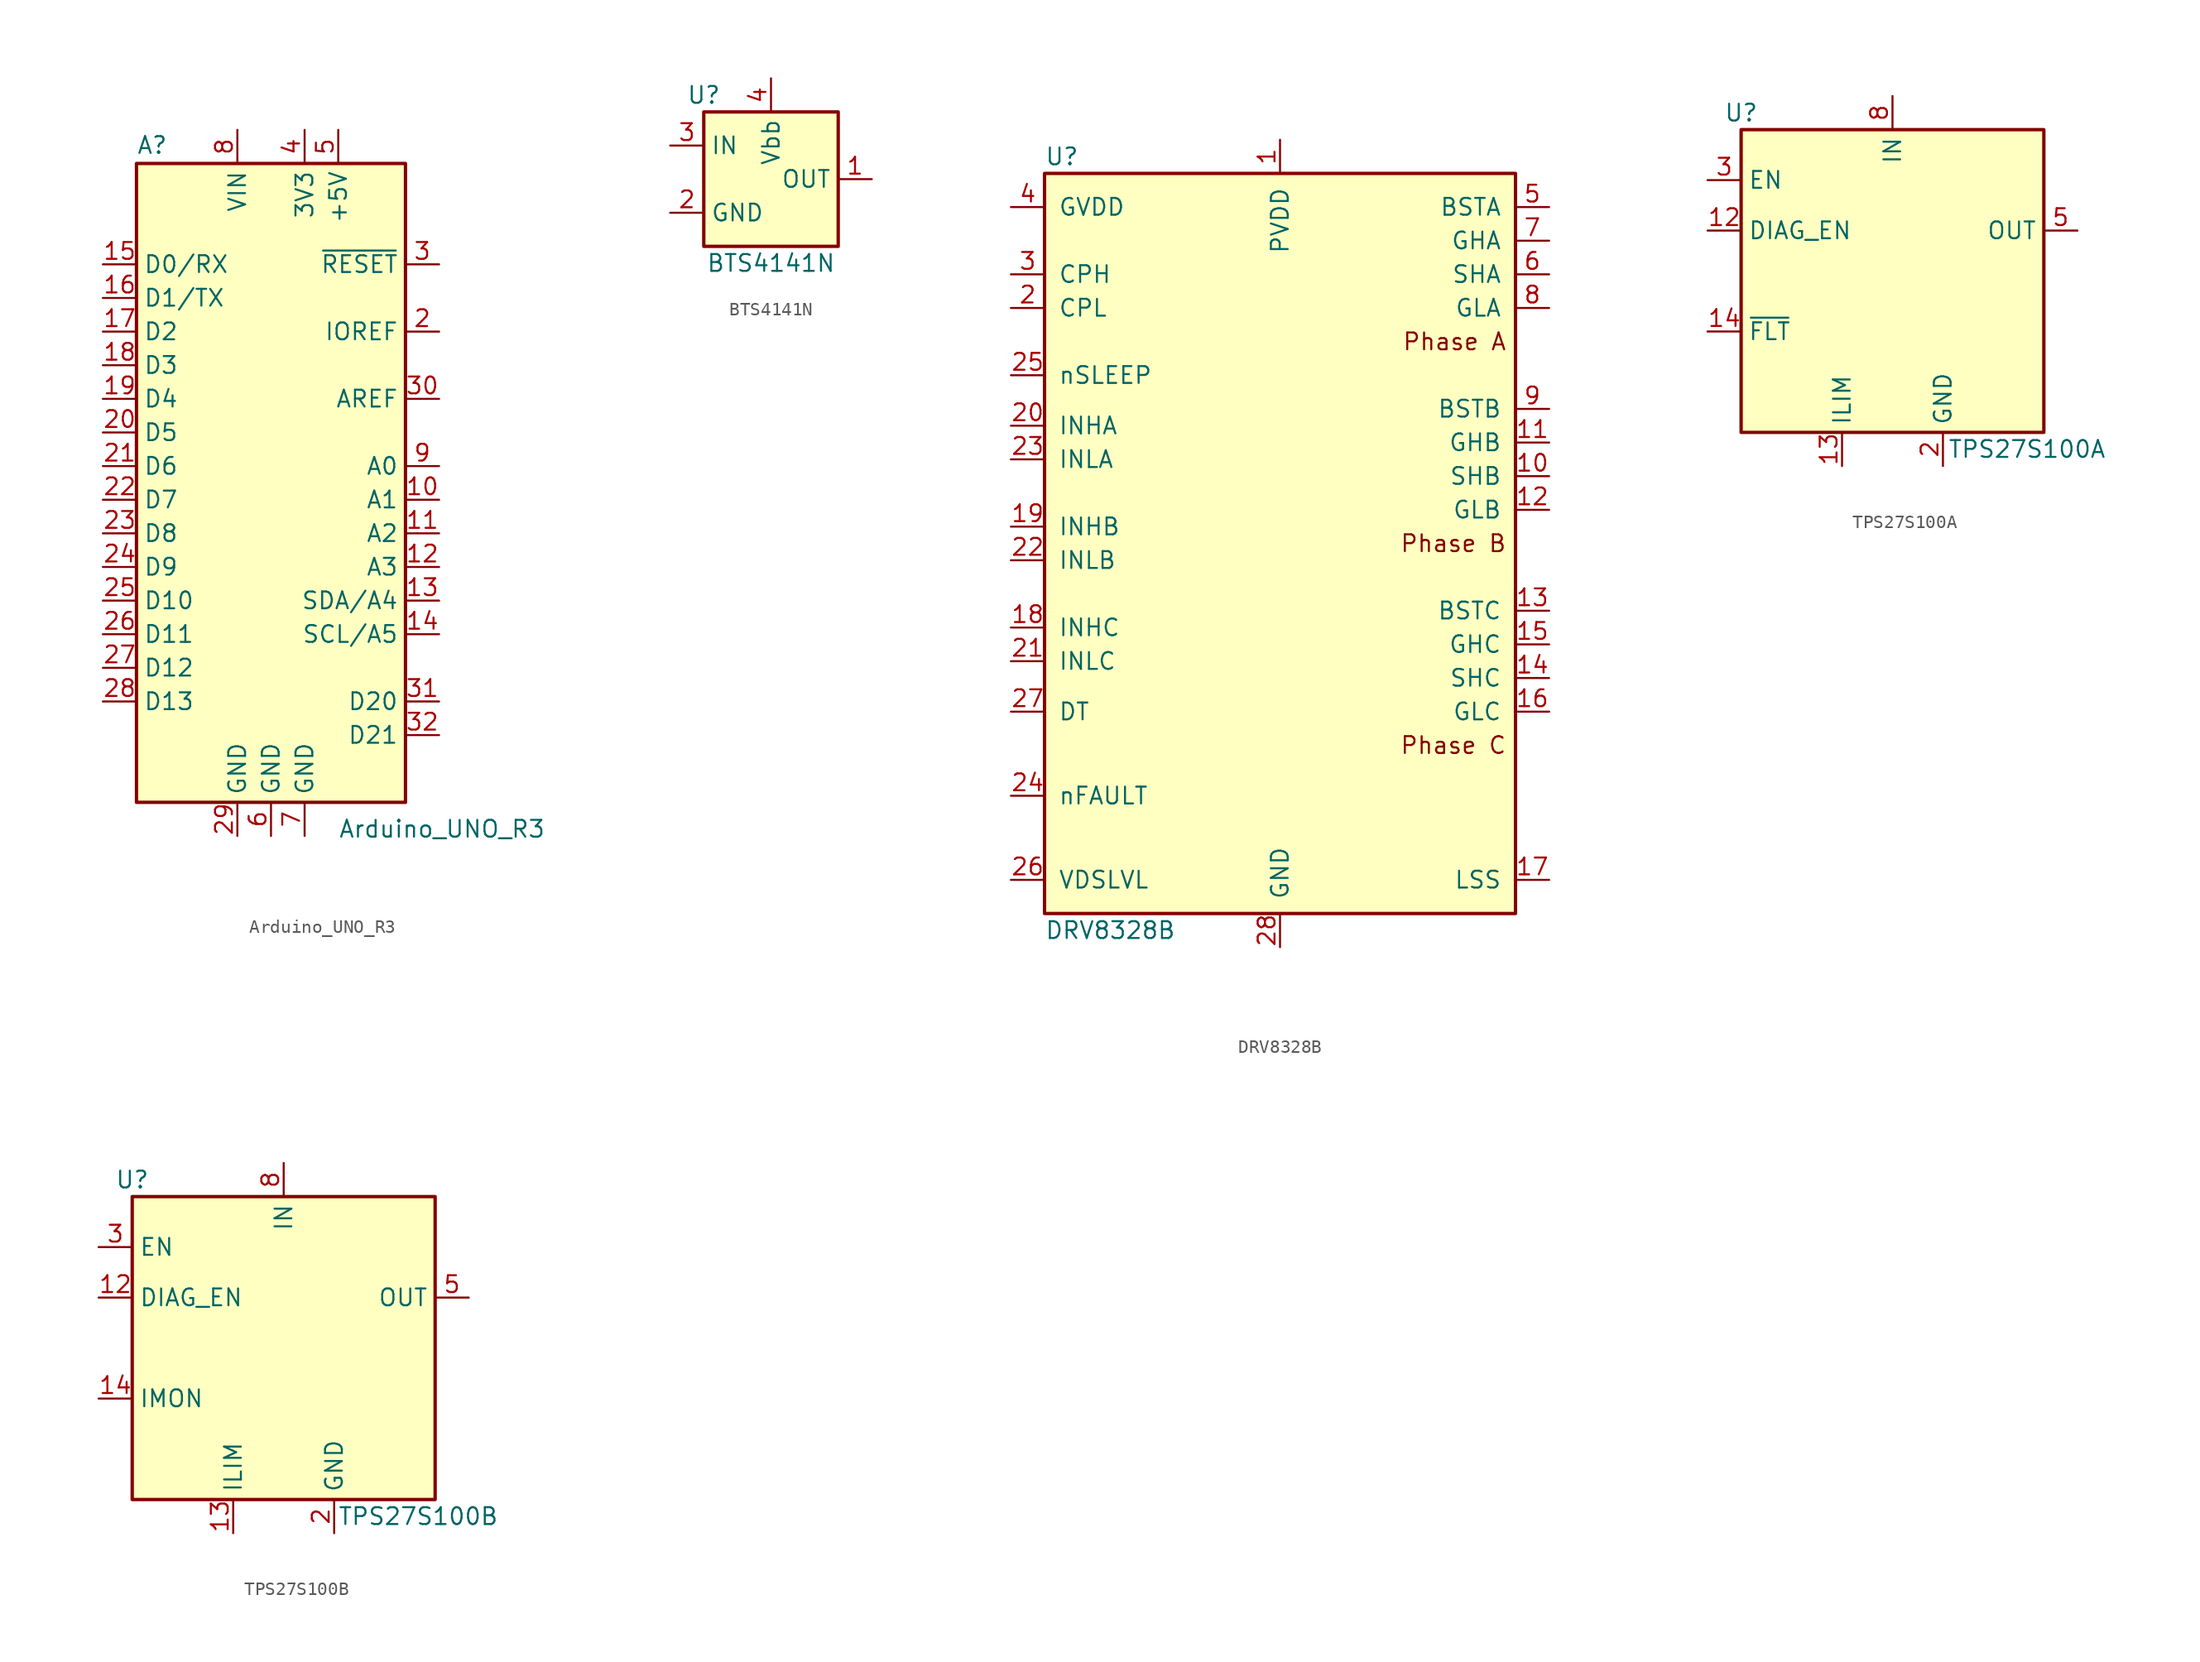
<source format=kicad_sym>
(kicad_symbol_lib
  (version 20220914)
  (generator kicad_symbol_editor)
  (symbol "Arduino_UNO_R3"
    (property "Reference" "A"
      (at -10.16 23.495 0)
      (effects (font (size 1.27 1.27)) (justify left bottom)))
    (property "Value" "Arduino_UNO_R3"
      (at 5.08 -26.67 0)
      (effects (font (size 1.27 1.27)) (justify left top)))
    (symbol "Arduino_UNO_R3_0_1"
      (rectangle (start -10.16 22.86) (end 10.16 -25.4) (stroke (width 0.254) (type default)) (fill (type background))))
    (symbol "Arduino_UNO_R3_1_1"
      (pin no_connect line (at -10.16 -20.32 0) (length 2.54) hide (name "NC" (effects (font (size 1.27 1.27)))) (number "1" (effects (font (size 1.27 1.27)))))
      (pin bidirectional line (at 12.7 -2.54 180) (length 2.54) (name "A1" (effects (font (size 1.27 1.27)))) (number "10" (effects (font (size 1.27 1.27)))))
      (pin bidirectional line (at 12.7 -5.08 180) (length 2.54) (name "A2" (effects (font (size 1.27 1.27)))) (number "11" (effects (font (size 1.27 1.27)))))
      (pin bidirectional line (at 12.7 -7.62 180) (length 2.54) (name "A3" (effects (font (size 1.27 1.27)))) (number "12" (effects (font (size 1.27 1.27)))))
      (pin bidirectional line (at 12.7 -10.16 180) (length 2.54) (name "SDA/A4" (effects (font (size 1.27 1.27)))) (number "13" (effects (font (size 1.27 1.27)))))
      (pin bidirectional line (at 12.7 -12.7 180) (length 2.54) (name "SCL/A5" (effects (font (size 1.27 1.27)))) (number "14" (effects (font (size 1.27 1.27)))))
      (pin bidirectional line (at -12.7 15.24 0) (length 2.54) (name "D0/RX" (effects (font (size 1.27 1.27)))) (number "15" (effects (font (size 1.27 1.27)))))
      (pin bidirectional line (at -12.7 12.7 0) (length 2.54) (name "D1/TX" (effects (font (size 1.27 1.27)))) (number "16" (effects (font (size 1.27 1.27)))))
      (pin bidirectional line (at -12.7 10.16 0) (length 2.54) (name "D2" (effects (font (size 1.27 1.27)))) (number "17" (effects (font (size 1.27 1.27)))))
      (pin bidirectional line (at -12.7 7.62 0) (length 2.54) (name "D3" (effects (font (size 1.27 1.27)))) (number "18" (effects (font (size 1.27 1.27)))))
      (pin bidirectional line (at -12.7 5.08 0) (length 2.54) (name "D4" (effects (font (size 1.27 1.27)))) (number "19" (effects (font (size 1.27 1.27)))))
      (pin output line (at 12.7 10.16 180) (length 2.54) (name "IOREF" (effects (font (size 1.27 1.27)))) (number "2" (effects (font (size 1.27 1.27)))))
      (pin bidirectional line (at -12.7 2.54 0) (length 2.54) (name "D5" (effects (font (size 1.27 1.27)))) (number "20" (effects (font (size 1.27 1.27)))))
      (pin bidirectional line (at -12.7 0 0) (length 2.54) (name "D6" (effects (font (size 1.27 1.27)))) (number "21" (effects (font (size 1.27 1.27)))))
      (pin bidirectional line (at -12.7 -2.54 0) (length 2.54) (name "D7" (effects (font (size 1.27 1.27)))) (number "22" (effects (font (size 1.27 1.27)))))
      (pin bidirectional line (at -12.7 -5.08 0) (length 2.54) (name "D8" (effects (font (size 1.27 1.27)))) (number "23" (effects (font (size 1.27 1.27)))))
      (pin bidirectional line (at -12.7 -7.62 0) (length 2.54) (name "D9" (effects (font (size 1.27 1.27)))) (number "24" (effects (font (size 1.27 1.27)))))
      (pin bidirectional line (at -12.7 -10.16 0) (length 2.54) (name "D10" (effects (font (size 1.27 1.27)))) (number "25" (effects (font (size 1.27 1.27)))))
      (pin bidirectional line (at -12.7 -12.7 0) (length 2.54) (name "D11" (effects (font (size 1.27 1.27)))) (number "26" (effects (font (size 1.27 1.27)))))
      (pin bidirectional line (at -12.7 -15.24 0) (length 2.54) (name "D12" (effects (font (size 1.27 1.27)))) (number "27" (effects (font (size 1.27 1.27)))))
      (pin bidirectional line (at -12.7 -17.78 0) (length 2.54) (name "D13" (effects (font (size 1.27 1.27)))) (number "28" (effects (font (size 1.27 1.27)))))
      (pin power_in line (at -2.54 -27.94 90) (length 2.54) (name "GND" (effects (font (size 1.27 1.27)))) (number "29" (effects (font (size 1.27 1.27)))))
      (pin input line (at 12.7 15.24 180) (length 2.54) (name "~{RESET}" (effects (font (size 1.27 1.27)))) (number "3" (effects (font (size 1.27 1.27)))))
      (pin input line (at 12.7 5.08 180) (length 2.54) (name "AREF" (effects (font (size 1.27 1.27)))) (number "30" (effects (font (size 1.27 1.27)))))
      (pin bidirectional line (at 12.7 -17.78 180) (length 2.54) (name "D20" (effects (font (size 1.27 1.27)))) (number "31" (effects (font (size 1.27 1.27)))))
      (pin bidirectional line (at 12.7 -20.32 180) (length 2.54) (name "D21" (effects (font (size 1.27 1.27)))) (number "32" (effects (font (size 1.27 1.27)))))
      (pin power_out line (at 2.54 25.4 270) (length 2.54) (name "3V3" (effects (font (size 1.27 1.27)))) (number "4" (effects (font (size 1.27 1.27)))))
      (pin power_out line (at 5.08 25.4 270) (length 2.54) (name "+5V" (effects (font (size 1.27 1.27)))) (number "5" (effects (font (size 1.27 1.27)))))
      (pin power_in line (at 0 -27.94 90) (length 2.54) (name "GND" (effects (font (size 1.27 1.27)))) (number "6" (effects (font (size 1.27 1.27)))))
      (pin power_in line (at 2.54 -27.94 90) (length 2.54) (name "GND" (effects (font (size 1.27 1.27)))) (number "7" (effects (font (size 1.27 1.27)))))
      (pin power_in line (at -2.54 25.4 270) (length 2.54) (name "VIN" (effects (font (size 1.27 1.27)))) (number "8" (effects (font (size 1.27 1.27)))))
      (pin bidirectional line (at 12.7 0 180) (length 2.54) (name "A0" (effects (font (size 1.27 1.27)))) (number "9" (effects (font (size 1.27 1.27)))))))
  (symbol "BTS4141N"
    (property "Reference" "U"
      (at -5.08 6.35 0)
      (effects (font (size 1.27 1.27))))
    (property "Value" "BTS4141N"
      (at 0 -6.35 0)
      (effects (font (size 1.27 1.27))))
    (symbol "BTS4141N_0_1"
      (rectangle (start -5.08 5.08) (end 5.08 -5.08) (stroke (width 0.254) (type default)) (fill (type background))))
    (symbol "BTS4141N_1_1"
      (pin power_out line (at 7.62 0 180) (length 2.54) (name "OUT" (effects (font (size 1.27 1.27)))) (number "1" (effects (font (size 1.27 1.27)))))
      (pin power_in line (at -7.62 -2.54 0) (length 2.54) (name "GND" (effects (font (size 1.27 1.27)))) (number "2" (effects (font (size 1.27 1.27)))))
      (pin input line (at -7.62 2.54 0) (length 2.54) (name "IN" (effects (font (size 1.27 1.27)))) (number "3" (effects (font (size 1.27 1.27)))))
      (pin power_in line (at 0 7.62 270) (length 2.54) (name "Vbb" (effects (font (size 1.27 1.27)))) (number "4" (effects (font (size 1.27 1.27)))))))
  (symbol "DRV8328B"
    (pin_names
      (offset 1.016))
    (property "Reference" "U"
      (at -17.78 29.21 0)
      (effects (font (size 1.27 1.27)) (justify left)))
    (property "Value" "DRV8328B"
      (at -17.78 -29.21 0)
      (effects (font (size 1.27 1.27)) (justify left)))
    (symbol "DRV8328B_0_1"
      (rectangle (start -17.78 27.94) (end 17.78 -27.94) (stroke (width 0.254) (type default)) (fill (type background))))
    (symbol "DRV8328B_1_0"
      (text "Phase A" (at 17.145 15.24 0) (effects (font (size 1.27 1.27)) (justify right)))
      (text "Phase B" (at 17.145 0 0) (effects (font (size 1.27 1.27)) (justify right)))
      (text "Phase C" (at 17.145 -15.24 0) (effects (font (size 1.27 1.27)) (justify right))))
    (symbol "DRV8328B_1_1"
      (pin power_in line (at 0 30.48 270) (length 2.54) (name "PVDD" (effects (font (size 1.27 1.27)))) (number "1" (effects (font (size 1.27 1.27)))))
      (pin bidirectional line (at 20.32 5.08 180) (length 2.54) (name "SHB" (effects (font (size 1.27 1.27)))) (number "10" (effects (font (size 1.27 1.27)))))
      (pin output line (at 20.32 7.62 180) (length 2.54) (name "GHB" (effects (font (size 1.27 1.27)))) (number "11" (effects (font (size 1.27 1.27)))))
      (pin output line (at 20.32 2.54 180) (length 2.54) (name "GLB" (effects (font (size 1.27 1.27)))) (number "12" (effects (font (size 1.27 1.27)))))
      (pin output line (at 20.32 -5.08 180) (length 2.54) (name "BSTC" (effects (font (size 1.27 1.27)))) (number "13" (effects (font (size 1.27 1.27)))))
      (pin bidirectional line (at 20.32 -10.16 180) (length 2.54) (name "SHC" (effects (font (size 1.27 1.27)))) (number "14" (effects (font (size 1.27 1.27)))))
      (pin output line (at 20.32 -7.62 180) (length 2.54) (name "GHC" (effects (font (size 1.27 1.27)))) (number "15" (effects (font (size 1.27 1.27)))))
      (pin output line (at 20.32 -12.7 180) (length 2.54) (name "GLC" (effects (font (size 1.27 1.27)))) (number "16" (effects (font (size 1.27 1.27)))))
      (pin input line (at 20.32 -25.4 180) (length 2.54) (name "LSS" (effects (font (size 1.27 1.27)))) (number "17" (effects (font (size 1.27 1.27)))))
      (pin input line (at -20.32 -6.35 0) (length 2.54) (name "INHC" (effects (font (size 1.27 1.27)))) (number "18" (effects (font (size 1.27 1.27)))))
      (pin input line (at -20.32 1.27 0) (length 2.54) (name "INHB" (effects (font (size 1.27 1.27)))) (number "19" (effects (font (size 1.27 1.27)))))
      (pin passive line (at -20.32 17.78 0) (length 2.54) (name "CPL" (effects (font (size 1.27 1.27)))) (number "2" (effects (font (size 1.27 1.27)))))
      (pin input line (at -20.32 8.89 0) (length 2.54) (name "INHA" (effects (font (size 1.27 1.27)))) (number "20" (effects (font (size 1.27 1.27)))))
      (pin input line (at -20.32 -8.89 0) (length 2.54) (name "INLC" (effects (font (size 1.27 1.27)))) (number "21" (effects (font (size 1.27 1.27)))))
      (pin input line (at -20.32 -1.27 0) (length 2.54) (name "INLB" (effects (font (size 1.27 1.27)))) (number "22" (effects (font (size 1.27 1.27)))))
      (pin input line (at -20.32 6.35 0) (length 2.54) (name "INLA" (effects (font (size 1.27 1.27)))) (number "23" (effects (font (size 1.27 1.27)))))
      (pin open_collector line (at -20.32 -19.05 0) (length 2.54) (name "nFAULT" (effects (font (size 1.27 1.27)))) (number "24" (effects (font (size 1.27 1.27)))))
      (pin input line (at -20.32 12.7 0) (length 2.54) (name "nSLEEP" (effects (font (size 1.27 1.27)))) (number "25" (effects (font (size 1.27 1.27)))))
      (pin input line (at -20.32 -25.4 0) (length 2.54) (name "VDSLVL" (effects (font (size 1.27 1.27)))) (number "26" (effects (font (size 1.27 1.27)))))
      (pin input line (at -20.32 -12.7 0) (length 2.54) (name "DT" (effects (font (size 1.27 1.27)))) (number "27" (effects (font (size 1.27 1.27)))))
      (pin power_in line (at 0 -30.48 90) (length 2.54) (name "GND" (effects (font (size 1.27 1.27)))) (number "28" (effects (font (size 1.27 1.27)))))
      (pin passive line (at 0 -30.48 90) (length 2.54) hide (name "GND" (effects (font (size 1.27 1.27)))) (number "29" (effects (font (size 1.27 1.27)))))
      (pin passive line (at -20.32 20.32 0) (length 2.54) (name "CPH" (effects (font (size 1.27 1.27)))) (number "3" (effects (font (size 1.27 1.27)))))
      (pin power_out line (at -20.32 25.4 0) (length 2.54) (name "GVDD" (effects (font (size 1.27 1.27)))) (number "4" (effects (font (size 1.27 1.27)))))
      (pin output line (at 20.32 25.4 180) (length 2.54) (name "BSTA" (effects (font (size 1.27 1.27)))) (number "5" (effects (font (size 1.27 1.27)))))
      (pin bidirectional line (at 20.32 20.32 180) (length 2.54) (name "SHA" (effects (font (size 1.27 1.27)))) (number "6" (effects (font (size 1.27 1.27)))))
      (pin output line (at 20.32 22.86 180) (length 2.54) (name "GHA" (effects (font (size 1.27 1.27)))) (number "7" (effects (font (size 1.27 1.27)))))
      (pin output line (at 20.32 17.78 180) (length 2.54) (name "GLA" (effects (font (size 1.27 1.27)))) (number "8" (effects (font (size 1.27 1.27)))))
      (pin output line (at 20.32 10.16 180) (length 2.54) (name "BSTB" (effects (font (size 1.27 1.27)))) (number "9" (effects (font (size 1.27 1.27)))))))
  (symbol "TPS27S100A"
    (property "Reference" "U"
      (at -11.43 12.7 0)
      (effects (font (size 1.27 1.27))))
    (property "Value" "TPS27S100A"
      (at 10.16 -12.7 0)
      (effects (font (size 1.27 1.27))))
    (symbol "TPS27S100A_0_1"
      (rectangle (start -11.43 11.43) (end 11.43 -11.43) (stroke (width 0.254) (type default)) (fill (type background))))
    (symbol "TPS27S100A_1_1"
      (pin no_connect line (at 11.43 -7.62 0) (length 2.54) hide (name "NC" (effects (font (size 1.27 1.27)))) (number "1" (effects (font (size 1.27 1.27)))))
      (pin passive line (at 0 13.97 270) (length 2.54) hide (name "IN" (effects (font (size 1.27 1.27)))) (number "10" (effects (font (size 1.27 1.27)))))
      (pin input line (at -13.97 3.81 0) (length 2.54) (name "DIAG_EN" (effects (font (size 1.27 1.27)))) (number "12" (effects (font (size 1.27 1.27)))))
      (pin input line (at -3.81 -13.97 90) (length 2.54) (name "ILIM" (effects (font (size 1.27 1.27)))) (number "13" (effects (font (size 1.27 1.27)))))
      (pin open_collector line (at -13.97 -3.81 0) (length 2.54) (name "~{FLT}" (effects (font (size 1.27 1.27)))) (number "14" (effects (font (size 1.27 1.27)))))
      (pin power_in line (at 3.81 -13.97 90) (length 2.54) hide (name "GND" (effects (font (size 1.27 1.27)))) (number "15" (effects (font (size 1.27 1.27)))))
      (pin power_in line (at 3.81 -13.97 90) (length 2.54) (name "GND" (effects (font (size 1.27 1.27)))) (number "2" (effects (font (size 1.27 1.27)))))
      (pin input line (at -13.97 7.62 0) (length 2.54) (name "EN" (effects (font (size 1.27 1.27)))) (number "3" (effects (font (size 1.27 1.27)))))
      (pin no_connect line (at 11.43 -3.81 0) (length 2.54) hide (name "NC" (effects (font (size 1.27 1.27)))) (number "4" (effects (font (size 1.27 1.27)))))
      (pin power_out line (at 13.97 3.81 180) (length 2.54) (name "OUT" (effects (font (size 1.27 1.27)))) (number "5" (effects (font (size 1.27 1.27)))))
      (pin passive line (at 13.97 3.81 180) (length 2.54) hide (name "OUT" (effects (font (size 1.27 1.27)))) (number "6" (effects (font (size 1.27 1.27)))))
      (pin passive line (at 13.97 3.81 180) (length 2.54) hide (name "OUT" (effects (font (size 1.27 1.27)))) (number "7" (effects (font (size 1.27 1.27)))))
      (pin power_in line (at 0 13.97 270) (length 2.54) (name "IN" (effects (font (size 1.27 1.27)))) (number "8" (effects (font (size 1.27 1.27)))))
      (pin passive line (at 0 13.97 270) (length 2.54) hide (name "IN" (effects (font (size 1.27 1.27)))) (number "9" (effects (font (size 1.27 1.27)))))))
  (symbol "TPS27S100B"
    (property "Reference" "U"
      (at -11.43 12.7 0)
      (effects (font (size 1.27 1.27))))
    (property "Value" "TPS27S100B"
      (at 10.16 -12.7 0)
      (effects (font (size 1.27 1.27))))
    (symbol "TPS27S100B_0_1"
      (rectangle (start -11.43 11.43) (end 11.43 -11.43) (stroke (width 0.254) (type default)) (fill (type background))))
    (symbol "TPS27S100B_1_1"
      (pin no_connect line (at 11.43 -7.62 0) (length 2.54) hide (name "NC" (effects (font (size 1.27 1.27)))) (number "1" (effects (font (size 1.27 1.27)))))
      (pin passive line (at 0 13.97 270) (length 2.54) hide (name "IN" (effects (font (size 1.27 1.27)))) (number "10" (effects (font (size 1.27 1.27)))))
      (pin input line (at -13.97 3.81 0) (length 2.54) (name "DIAG_EN" (effects (font (size 1.27 1.27)))) (number "12" (effects (font (size 1.27 1.27)))))
      (pin input line (at -3.81 -13.97 90) (length 2.54) (name "ILIM" (effects (font (size 1.27 1.27)))) (number "13" (effects (font (size 1.27 1.27)))))
      (pin output line (at -13.97 -3.81 0) (length 2.54) (name "IMON" (effects (font (size 1.27 1.27)))) (number "14" (effects (font (size 1.27 1.27)))))
      (pin power_in line (at 3.81 -13.97 90) (length 2.54) hide (name "GND" (effects (font (size 1.27 1.27)))) (number "15" (effects (font (size 1.27 1.27)))))
      (pin power_in line (at 3.81 -13.97 90) (length 2.54) (name "GND" (effects (font (size 1.27 1.27)))) (number "2" (effects (font (size 1.27 1.27)))))
      (pin input line (at -13.97 7.62 0) (length 2.54) (name "EN" (effects (font (size 1.27 1.27)))) (number "3" (effects (font (size 1.27 1.27)))))
      (pin no_connect line (at 11.43 -3.81 0) (length 2.54) hide (name "NC" (effects (font (size 1.27 1.27)))) (number "4" (effects (font (size 1.27 1.27)))))
      (pin power_out line (at 13.97 3.81 180) (length 2.54) (name "OUT" (effects (font (size 1.27 1.27)))) (number "5" (effects (font (size 1.27 1.27)))))
      (pin passive line (at 13.97 3.81 180) (length 2.54) hide (name "OUT" (effects (font (size 1.27 1.27)))) (number "6" (effects (font (size 1.27 1.27)))))
      (pin passive line (at 13.97 3.81 180) (length 2.54) hide (name "OUT" (effects (font (size 1.27 1.27)))) (number "7" (effects (font (size 1.27 1.27)))))
      (pin power_in line (at 0 13.97 270) (length 2.54) (name "IN" (effects (font (size 1.27 1.27)))) (number "8" (effects (font (size 1.27 1.27)))))
      (pin passive line (at 0 13.97 270) (length 2.54) hide (name "IN" (effects (font (size 1.27 1.27)))) (number "9" (effects (font (size 1.27 1.27))))))))
</source>
